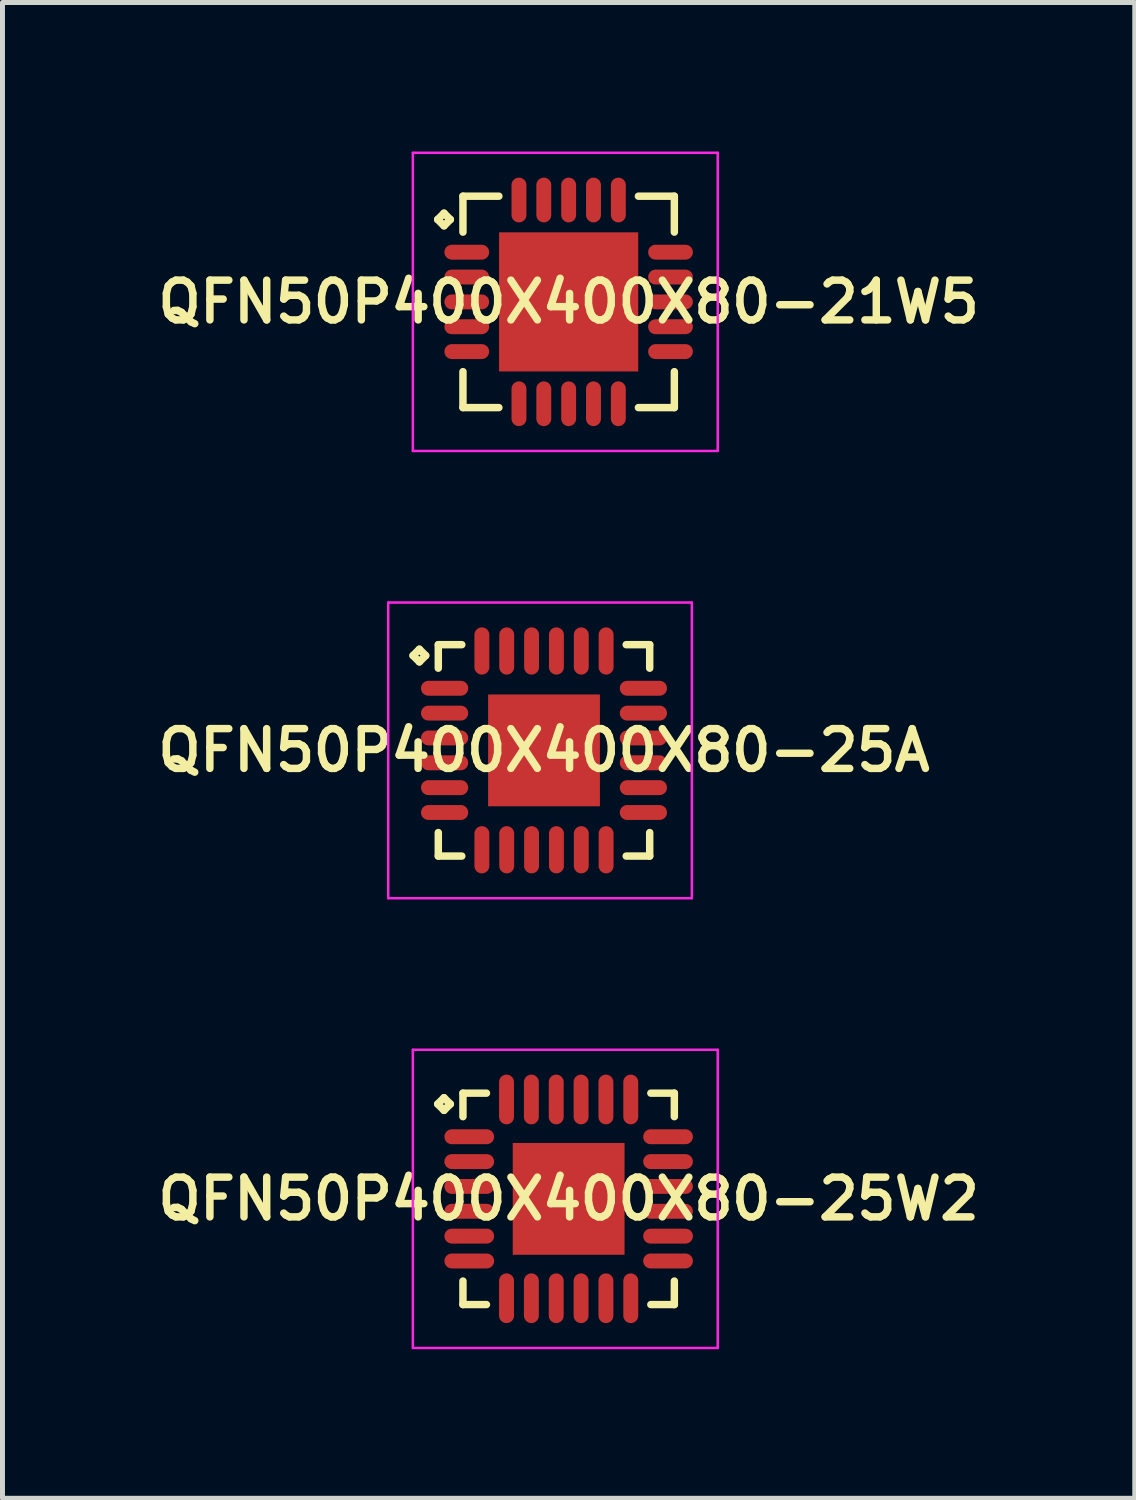
<source format=kicad_pcb>
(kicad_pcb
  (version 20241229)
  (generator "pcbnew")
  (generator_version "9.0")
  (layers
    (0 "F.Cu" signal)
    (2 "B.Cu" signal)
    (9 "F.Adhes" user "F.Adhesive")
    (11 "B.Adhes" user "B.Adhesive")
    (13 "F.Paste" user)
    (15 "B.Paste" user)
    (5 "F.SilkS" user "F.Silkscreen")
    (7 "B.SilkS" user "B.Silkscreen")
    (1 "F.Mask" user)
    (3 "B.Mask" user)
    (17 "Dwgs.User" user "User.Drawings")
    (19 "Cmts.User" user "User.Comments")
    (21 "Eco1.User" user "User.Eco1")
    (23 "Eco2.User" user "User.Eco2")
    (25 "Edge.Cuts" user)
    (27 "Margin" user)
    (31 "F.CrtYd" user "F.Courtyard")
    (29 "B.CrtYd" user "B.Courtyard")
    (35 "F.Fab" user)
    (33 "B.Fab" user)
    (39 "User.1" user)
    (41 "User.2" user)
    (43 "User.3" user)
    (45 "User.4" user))
  (footprint "QFN50P400X400X80-21W5"
    (layer "F.Cu")
    (at 8.393 3.025)
    (property "Reference" "QFN50P400X400X80-21W5" (at 0 0 0) (layer "F.SilkS") (effects (font (size 0.8 0.8) (thickness 0.15))))
    (attr smd)
    (fp_line (start -2.635 -1.658) (end -2.508 -1.785) (stroke (width 0.15) (type solid)) (layer "F.SilkS"))
    (fp_line (start -2.508 -1.785) (end -2.381 -1.658) (stroke (width 0.15) (type solid)) (layer "F.SilkS"))
    (fp_line (start -2.508 -1.531) (end -2.635 -1.658) (stroke (width 0.15) (type solid)) (layer "F.SilkS"))
    (fp_line (start -2.381 -1.658) (end -2.508 -1.531) (stroke (width 0.15) (type solid)) (layer "F.SilkS"))
    (fp_line (start -2.127 -2.127) (end -1.404 -2.127) (stroke (width 0.15) (type solid)) (layer "F.SilkS"))
    (fp_line (start -2.127 -1.404) (end -2.127 -2.127) (stroke (width 0.15) (type solid)) (layer "F.SilkS"))
    (fp_line (start -2.127 1.404) (end -2.127 2.127) (stroke (width 0.15) (type solid)) (layer "F.SilkS"))
    (fp_line (start -2.127 2.127) (end -1.404 2.127) (stroke (width 0.15) (type solid)) (layer "F.SilkS"))
    (fp_line (start 1.404 -2.127) (end 2.127 -2.127) (stroke (width 0.15) (type solid)) (layer "F.SilkS"))
    (fp_line (start 1.404 2.127) (end 2.127 2.127) (stroke (width 0.15) (type solid)) (layer "F.SilkS"))
    (fp_line (start 2.127 -2.127) (end 2.127 -1.404) (stroke (width 0.15) (type solid)) (layer "F.SilkS"))
    (fp_line (start 2.127 2.127) (end 2.127 1.404) (stroke (width 0.15) (type solid)) (layer "F.SilkS"))
    (fp_line (start -3.135 -3) (end 3 -3) (stroke (width 0.05) (type solid)) (layer "F.CrtYd"))
    (fp_line (start -3.135 3) (end -3.135 -3) (stroke (width 0.05) (type solid)) (layer "F.CrtYd"))
    (fp_line (start 3 -3) (end 3 3) (stroke (width 0.05) (type solid)) (layer "F.CrtYd"))
    (fp_line (start 3 3) (end -3.135 3) (stroke (width 0.05) (type solid)) (layer "F.CrtYd"))
    (pad "1" smd oval (at -2.05 -1) (size 0.9 0.3) (layers "F.Cu" "F.Mask" "F.Paste"))
    (pad "2" smd oval (at -2.05 -0.5) (size 0.9 0.3) (layers "F.Cu" "F.Mask" "F.Paste"))
    (pad "3" smd oval (at -2.05 0) (size 0.9 0.3) (layers "F.Cu" "F.Mask" "F.Paste"))
    (pad "4" smd oval (at -2.05 0.5) (size 0.9 0.3) (layers "F.Cu" "F.Mask" "F.Paste"))
    (pad "5" smd oval (at -2.05 1) (size 0.9 0.3) (layers "F.Cu" "F.Mask" "F.Paste"))
    (pad "6" smd oval (at -1 2.05) (size 0.3 0.9) (layers "F.Cu" "F.Mask" "F.Paste"))
    (pad "7" smd oval (at -0.5 2.05) (size 0.3 0.9) (layers "F.Cu" "F.Mask" "F.Paste"))
    (pad "8" smd oval (at 0 2.05) (size 0.3 0.9) (layers "F.Cu" "F.Mask" "F.Paste"))
    (pad "9" smd oval (at 0.5 2.05) (size 0.3 0.9) (layers "F.Cu" "F.Mask" "F.Paste"))
    (pad "10" smd oval (at 1 2.05) (size 0.3 0.9) (layers "F.Cu" "F.Mask" "F.Paste"))
    (pad "11" smd oval (at 2.05 1) (size 0.9 0.3) (layers "F.Cu" "F.Mask" "F.Paste"))
    (pad "12" smd oval (at 2.05 0.5) (size 0.9 0.3) (layers "F.Cu" "F.Mask" "F.Paste"))
    (pad "13" smd oval (at 2.05 0) (size 0.9 0.3) (layers "F.Cu" "F.Mask" "F.Paste"))
    (pad "14" smd oval (at 2.05 -0.5) (size 0.9 0.3) (layers "F.Cu" "F.Mask" "F.Paste"))
    (pad "15" smd oval (at 2.05 -1) (size 0.9 0.3) (layers "F.Cu" "F.Mask" "F.Paste"))
    (pad "16" smd oval (at 1 -2.05) (size 0.3 0.9) (layers "F.Cu" "F.Mask" "F.Paste"))
    (pad "17" smd oval (at 0.5 -2.05) (size 0.3 0.9) (layers "F.Cu" "F.Mask" "F.Paste"))
    (pad "18" smd oval (at 0 -2.05) (size 0.3 0.9) (layers "F.Cu" "F.Mask" "F.Paste"))
    (pad "19" smd oval (at -0.5 -2.05) (size 0.3 0.9) (layers "F.Cu" "F.Mask" "F.Paste"))
    (pad "20" smd oval (at -1 -2.05) (size 0.3 0.9) (layers "F.Cu" "F.Mask" "F.Paste"))
    (pad "21" smd rect (at 0 0) (size 2.8 2.8) (layers "F.Cu" "F.Mask" "F.Paste")))
  (footprint "QFN50P400X400X80-25A"
    (layer "F.Cu")
    (at 7.897 12.05)
    (property "Reference" "QFN50P400X400X80-25A" (at 0 0 0) (layer "F.SilkS") (effects (font (size 0.8 0.8) (thickness 0.15))))
    (attr smd)
    (fp_line (start -2.635 -1.908) (end -2.508 -2.035) (stroke (width 0.15) (type solid)) (layer "F.SilkS"))
    (fp_line (start -2.508 -2.035) (end -2.381 -1.908) (stroke (width 0.15) (type solid)) (layer "F.SilkS"))
    (fp_line (start -2.508 -1.781) (end -2.635 -1.908) (stroke (width 0.15) (type solid)) (layer "F.SilkS"))
    (fp_line (start -2.381 -1.908) (end -2.508 -1.781) (stroke (width 0.15) (type solid)) (layer "F.SilkS"))
    (fp_line (start -2.127 -2.127) (end -1.654 -2.127) (stroke (width 0.15) (type solid)) (layer "F.SilkS"))
    (fp_line (start -2.127 -1.654) (end -2.127 -2.127) (stroke (width 0.15) (type solid)) (layer "F.SilkS"))
    (fp_line (start -2.127 1.654) (end -2.127 2.127) (stroke (width 0.15) (type solid)) (layer "F.SilkS"))
    (fp_line (start -2.127 2.127) (end -1.654 2.127) (stroke (width 0.15) (type solid)) (layer "F.SilkS"))
    (fp_line (start 1.654 -2.127) (end 2.127 -2.127) (stroke (width 0.15) (type solid)) (layer "F.SilkS"))
    (fp_line (start 1.654 2.127) (end 2.127 2.127) (stroke (width 0.15) (type solid)) (layer "F.SilkS"))
    (fp_line (start 2.127 -2.127) (end 2.127 -1.654) (stroke (width 0.15) (type solid)) (layer "F.SilkS"))
    (fp_line (start 2.127 2.127) (end 2.127 1.654) (stroke (width 0.15) (type solid)) (layer "F.SilkS"))
    (fp_line (start -3.135 -2.975) (end 2.975 -2.975) (stroke (width 0.05) (type solid)) (layer "F.CrtYd"))
    (fp_line (start -3.135 2.975) (end -3.135 -2.975) (stroke (width 0.05) (type solid)) (layer "F.CrtYd"))
    (fp_line (start 2.975 -2.975) (end 2.975 2.975) (stroke (width 0.05) (type solid)) (layer "F.CrtYd"))
    (fp_line (start 2.975 2.975) (end -3.135 2.975) (stroke (width 0.05) (type solid)) (layer "F.CrtYd"))
    (pad "1" smd oval (at -2 -1.25) (size 0.95 0.3) (layers "F.Cu" "F.Mask" "F.Paste"))
    (pad "2" smd oval (at -2 -0.75) (size 0.95 0.3) (layers "F.Cu" "F.Mask" "F.Paste"))
    (pad "3" smd oval (at -2 -0.25) (size 0.95 0.3) (layers "F.Cu" "F.Mask" "F.Paste"))
    (pad "4" smd oval (at -2 0.25) (size 0.95 0.3) (layers "F.Cu" "F.Mask" "F.Paste"))
    (pad "5" smd oval (at -2 0.75) (size 0.95 0.3) (layers "F.Cu" "F.Mask" "F.Paste"))
    (pad "6" smd oval (at -2 1.25) (size 0.95 0.3) (layers "F.Cu" "F.Mask" "F.Paste"))
    (pad "7" smd oval (at -1.25 2) (size 0.3 0.95) (layers "F.Cu" "F.Mask" "F.Paste"))
    (pad "8" smd oval (at -0.75 2) (size 0.3 0.95) (layers "F.Cu" "F.Mask" "F.Paste"))
    (pad "9" smd oval (at -0.25 2) (size 0.3 0.95) (layers "F.Cu" "F.Mask" "F.Paste"))
    (pad "10" smd oval (at 0.25 2) (size 0.3 0.95) (layers "F.Cu" "F.Mask" "F.Paste"))
    (pad "11" smd oval (at 0.75 2) (size 0.3 0.95) (layers "F.Cu" "F.Mask" "F.Paste"))
    (pad "12" smd oval (at 1.25 2) (size 0.3 0.95) (layers "F.Cu" "F.Mask" "F.Paste"))
    (pad "13" smd oval (at 2 1.25) (size 0.95 0.3) (layers "F.Cu" "F.Mask" "F.Paste"))
    (pad "14" smd oval (at 2 0.75) (size 0.95 0.3) (layers "F.Cu" "F.Mask" "F.Paste"))
    (pad "15" smd oval (at 2 0.25) (size 0.95 0.3) (layers "F.Cu" "F.Mask" "F.Paste"))
    (pad "16" smd oval (at 2 -0.25) (size 0.95 0.3) (layers "F.Cu" "F.Mask" "F.Paste"))
    (pad "17" smd oval (at 2 -0.75) (size 0.95 0.3) (layers "F.Cu" "F.Mask" "F.Paste"))
    (pad "18" smd oval (at 2 -1.25) (size 0.95 0.3) (layers "F.Cu" "F.Mask" "F.Paste"))
    (pad "19" smd oval (at 1.25 -2) (size 0.3 0.95) (layers "F.Cu" "F.Mask" "F.Paste"))
    (pad "20" smd oval (at 0.75 -2) (size 0.3 0.95) (layers "F.Cu" "F.Mask" "F.Paste"))
    (pad "21" smd oval (at 0.25 -2) (size 0.3 0.95) (layers "F.Cu" "F.Mask" "F.Paste"))
    (pad "22" smd oval (at -0.25 -2) (size 0.3 0.95) (layers "F.Cu" "F.Mask" "F.Paste"))
    (pad "23" smd oval (at -0.75 -2) (size 0.3 0.95) (layers "F.Cu" "F.Mask" "F.Paste"))
    (pad "24" smd oval (at -1.25 -2) (size 0.3 0.95) (layers "F.Cu" "F.Mask" "F.Paste"))
    (pad "25" smd rect (at 0 0) (size 2.25 2.25) (layers "F.Cu" "F.Mask" "F.Paste")))
  (footprint "QFN50P400X400X80-25W2"
    (layer "F.Cu")
    (at 8.393 21.075)
    (property "Reference" "QFN50P400X400X80-25W2" (at 0 0 0) (layer "F.SilkS") (effects (font (size 0.8 0.8) (thickness 0.15))))
    (attr smd)
    (fp_line (start -2.635 -1.908) (end -2.508 -2.035) (stroke (width 0.15) (type solid)) (layer "F.SilkS"))
    (fp_line (start -2.508 -2.035) (end -2.381 -1.908) (stroke (width 0.15) (type solid)) (layer "F.SilkS"))
    (fp_line (start -2.508 -1.781) (end -2.635 -1.908) (stroke (width 0.15) (type solid)) (layer "F.SilkS"))
    (fp_line (start -2.381 -1.908) (end -2.508 -1.781) (stroke (width 0.15) (type solid)) (layer "F.SilkS"))
    (fp_line (start -2.127 -2.127) (end -1.654 -2.127) (stroke (width 0.15) (type solid)) (layer "F.SilkS"))
    (fp_line (start -2.127 -1.654) (end -2.127 -2.127) (stroke (width 0.15) (type solid)) (layer "F.SilkS"))
    (fp_line (start -2.127 1.654) (end -2.127 2.127) (stroke (width 0.15) (type solid)) (layer "F.SilkS"))
    (fp_line (start -2.127 2.127) (end -1.654 2.127) (stroke (width 0.15) (type solid)) (layer "F.SilkS"))
    (fp_line (start 1.654 -2.127) (end 2.127 -2.127) (stroke (width 0.15) (type solid)) (layer "F.SilkS"))
    (fp_line (start 1.654 2.127) (end 2.127 2.127) (stroke (width 0.15) (type solid)) (layer "F.SilkS"))
    (fp_line (start 2.127 -2.127) (end 2.127 -1.654) (stroke (width 0.15) (type solid)) (layer "F.SilkS"))
    (fp_line (start 2.127 2.127) (end 2.127 1.654) (stroke (width 0.15) (type solid)) (layer "F.SilkS"))
    (fp_line (start -3.135 -3) (end 3 -3) (stroke (width 0.05) (type solid)) (layer "F.CrtYd"))
    (fp_line (start -3.135 3) (end -3.135 -3) (stroke (width 0.05) (type solid)) (layer "F.CrtYd"))
    (fp_line (start 3 -3) (end 3 3) (stroke (width 0.05) (type solid)) (layer "F.CrtYd"))
    (fp_line (start 3 3) (end -3.135 3) (stroke (width 0.05) (type solid)) (layer "F.CrtYd"))
    (pad "1" smd oval (at -2 -1.25) (size 1 0.3) (layers "F.Cu" "F.Mask" "F.Paste"))
    (pad "2" smd oval (at -2 -0.75) (size 1 0.3) (layers "F.Cu" "F.Mask" "F.Paste"))
    (pad "3" smd oval (at -2 -0.25) (size 1 0.3) (layers "F.Cu" "F.Mask" "F.Paste"))
    (pad "4" smd oval (at -2 0.25) (size 1 0.3) (layers "F.Cu" "F.Mask" "F.Paste"))
    (pad "5" smd oval (at -2 0.75) (size 1 0.3) (layers "F.Cu" "F.Mask" "F.Paste"))
    (pad "6" smd oval (at -2 1.25) (size 1 0.3) (layers "F.Cu" "F.Mask" "F.Paste"))
    (pad "7" smd oval (at -1.25 2) (size 0.3 1) (layers "F.Cu" "F.Mask" "F.Paste"))
    (pad "8" smd oval (at -0.75 2) (size 0.3 1) (layers "F.Cu" "F.Mask" "F.Paste"))
    (pad "9" smd oval (at -0.25 2) (size 0.3 1) (layers "F.Cu" "F.Mask" "F.Paste"))
    (pad "10" smd oval (at 0.25 2) (size 0.3 1) (layers "F.Cu" "F.Mask" "F.Paste"))
    (pad "11" smd oval (at 0.75 2) (size 0.3 1) (layers "F.Cu" "F.Mask" "F.Paste"))
    (pad "12" smd oval (at 1.25 2) (size 0.3 1) (layers "F.Cu" "F.Mask" "F.Paste"))
    (pad "13" smd oval (at 2 1.25) (size 1 0.3) (layers "F.Cu" "F.Mask" "F.Paste"))
    (pad "14" smd oval (at 2 0.75) (size 1 0.3) (layers "F.Cu" "F.Mask" "F.Paste"))
    (pad "15" smd oval (at 2 0.25) (size 1 0.3) (layers "F.Cu" "F.Mask" "F.Paste"))
    (pad "16" smd oval (at 2 -0.25) (size 1 0.3) (layers "F.Cu" "F.Mask" "F.Paste"))
    (pad "17" smd oval (at 2 -0.75) (size 1 0.3) (layers "F.Cu" "F.Mask" "F.Paste"))
    (pad "18" smd oval (at 2 -1.25) (size 1 0.3) (layers "F.Cu" "F.Mask" "F.Paste"))
    (pad "19" smd oval (at 1.25 -2) (size 0.3 1) (layers "F.Cu" "F.Mask" "F.Paste"))
    (pad "20" smd oval (at 0.75 -2) (size 0.3 1) (layers "F.Cu" "F.Mask" "F.Paste"))
    (pad "21" smd oval (at 0.25 -2) (size 0.3 1) (layers "F.Cu" "F.Mask" "F.Paste"))
    (pad "22" smd oval (at -0.25 -2) (size 0.3 1) (layers "F.Cu" "F.Mask" "F.Paste"))
    (pad "23" smd oval (at -0.75 -2) (size 0.3 1) (layers "F.Cu" "F.Mask" "F.Paste"))
    (pad "24" smd oval (at -1.25 -2) (size 0.3 1) (layers "F.Cu" "F.Mask" "F.Paste"))
    (pad "25" smd rect (at 0 0) (size 2.25 2.25) (layers "F.Cu" "F.Mask" "F.Paste")))
  (gr_rect
    (start -3 -3)
    (end 19.785 27.1)
    (stroke (width 0.1) (type default))
    (fill no)
    (layer "Edge.Cuts")))
</source>
